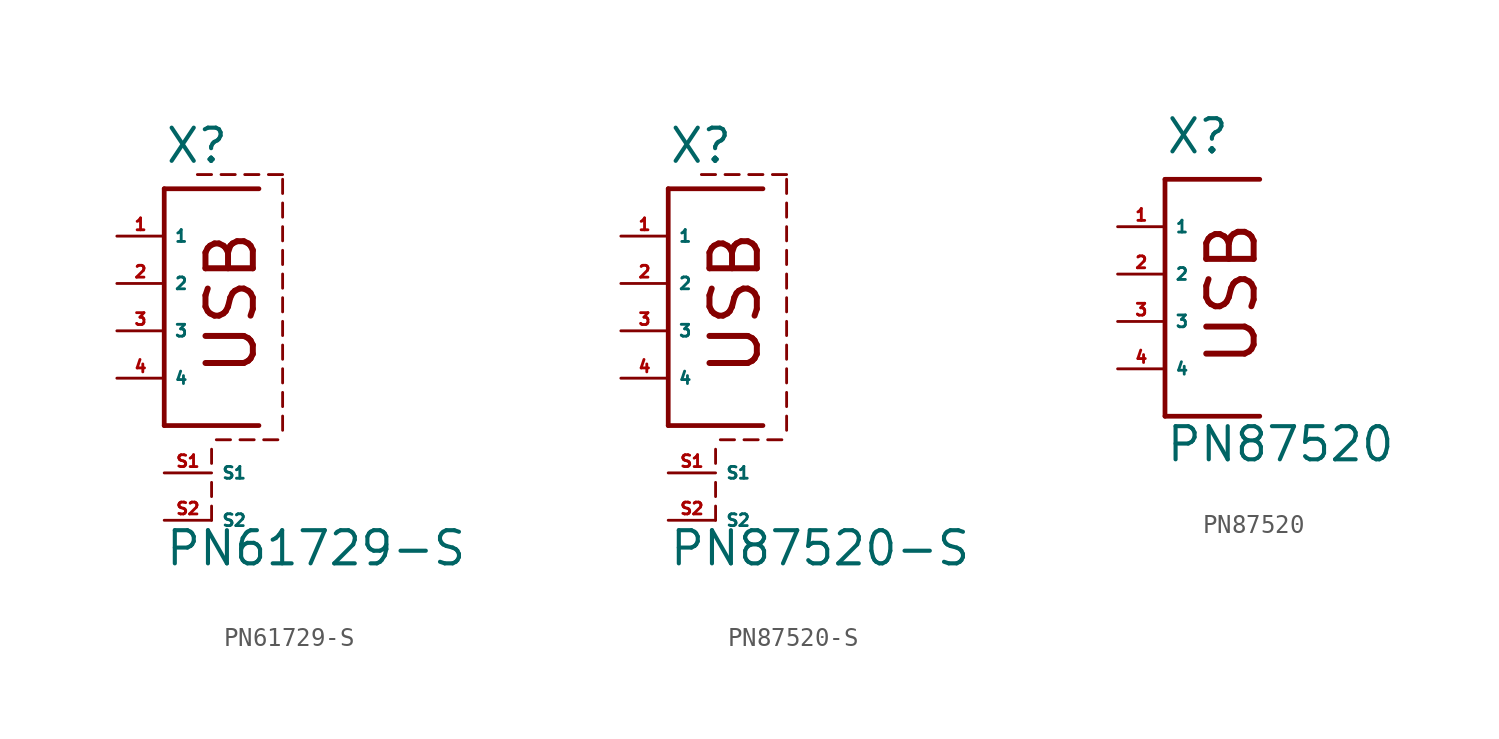
<source format=kicad_sym>
(kicad_symbol_lib
  (version 20220914)
  (generator Eagle2Kicad)
  (symbol "PN61729-S"
    (property "Reference" "X"
      (at 0 8.89 0)
      (effects (font (size 1.778 1.778) (thickness 0.22)) (justify left bottom)))
    (property "Value" "PN61729-S"
      (at 0 -12.7 0)
      (effects (font (size 1.778 1.778) (thickness 0.22)) (justify left bottom)))
    (polyline
      (pts (xy 0 7.62) (xy 0 -5.08))
      (stroke (width 0.254) (type default))
      (fill (type none)))
    (polyline
      (pts (xy 0 -5.08) (xy 5.08 -5.08))
      (stroke (width 0.254) (type default))
      (fill (type none)))
    (polyline
      (pts (xy 0 7.62) (xy 5.08 7.62))
      (stroke (width 0.254) (type default))
      (fill (type none)))
    (polyline
      (pts (xy 2.54 -10.16) (xy 2.54 -9.398))
      (stroke (width 0.152) (type default))
      (fill (type none)))
    (polyline
      (pts (xy 2.54 -8.89) (xy 2.54 -8.128))
      (stroke (width 0.152) (type default))
      (fill (type none)))
    (polyline
      (pts (xy 6.35 -5.334) (xy 6.35 -4.572))
      (stroke (width 0.152) (type default))
      (fill (type none)))
    (polyline
      (pts (xy 6.35 -4.064) (xy 6.35 -3.302))
      (stroke (width 0.152) (type default))
      (fill (type none)))
    (polyline
      (pts (xy 6.35 -2.794) (xy 6.35 -2.032))
      (stroke (width 0.152) (type default))
      (fill (type none)))
    (polyline
      (pts (xy 6.35 -1.524) (xy 6.35 -0.762))
      (stroke (width 0.152) (type default))
      (fill (type none)))
    (polyline
      (pts (xy 6.35 -0.254) (xy 6.35 0.508))
      (stroke (width 0.152) (type default))
      (fill (type none)))
    (polyline
      (pts (xy 6.35 1.016) (xy 6.35 1.778))
      (stroke (width 0.152) (type default))
      (fill (type none)))
    (polyline
      (pts (xy 6.35 2.286) (xy 6.35 3.048))
      (stroke (width 0.152) (type default))
      (fill (type none)))
    (polyline
      (pts (xy 6.35 3.556) (xy 6.35 4.318))
      (stroke (width 0.152) (type default))
      (fill (type none)))
    (polyline
      (pts (xy 6.35 4.826) (xy 6.35 5.588))
      (stroke (width 0.152) (type default))
      (fill (type none)))
    (polyline
      (pts (xy 6.35 6.096) (xy 6.35 6.858))
      (stroke (width 0.152) (type default))
      (fill (type none)))
    (polyline
      (pts (xy 6.35 7.366) (xy 6.35 8.128))
      (stroke (width 0.152) (type default))
      (fill (type none)))
    (polyline
      (pts (xy 6.35 8.382) (xy 5.588 8.382))
      (stroke (width 0.152) (type default))
      (fill (type none)))
    (polyline
      (pts (xy 5.08 8.382) (xy 4.318 8.382))
      (stroke (width 0.152) (type default))
      (fill (type none)))
    (polyline
      (pts (xy 3.81 8.382) (xy 3.048 8.382))
      (stroke (width 0.152) (type default))
      (fill (type none)))
    (polyline
      (pts (xy 2.54 8.382) (xy 1.778 8.382))
      (stroke (width 0.152) (type default))
      (fill (type none)))
    (polyline
      (pts (xy 2.54 -7.112) (xy 2.54 -6.35))
      (stroke (width 0.152) (type default))
      (fill (type none)))
    (polyline
      (pts (xy 3.556 -5.842) (xy 2.794 -5.842))
      (stroke (width 0.152) (type default))
      (fill (type none)))
    (polyline
      (pts (xy 4.826 -5.842) (xy 4.064 -5.842))
      (stroke (width 0.152) (type default))
      (fill (type none)))
    (polyline
      (pts (xy 6.096 -5.842) (xy 5.334 -5.842))
      (stroke (width 0.152) (type default))
      (fill (type none)))
    (text "USB"
      (at 5.08 -2.54 900)
      (effects (font (size 2.54 2.54) (thickness 0.32)) (justify left bottom)))
    (pin passive line
      (at -2.54 5.08 0)
      (length 2.54)
      (name "1" (effects (font (size 0.635 0.635) (thickness 0.08)) (justify left bottom)))
      (number "1" (effects (font (size 0.635 0.635) (thickness 0.08)) (justify left bottom))))
    (pin passive line
      (at -2.54 2.54 0)
      (length 2.54)
      (name "2" (effects (font (size 0.635 0.635) (thickness 0.08)) (justify left bottom)))
      (number "2" (effects (font (size 0.635 0.635) (thickness 0.08)) (justify left bottom))))
    (pin passive line
      (at -2.54 0 0)
      (length 2.54)
      (name "3" (effects (font (size 0.635 0.635) (thickness 0.08)) (justify left bottom)))
      (number "3" (effects (font (size 0.635 0.635) (thickness 0.08)) (justify left bottom))))
    (pin passive line
      (at -2.54 -2.54 0)
      (length 2.54)
      (name "4" (effects (font (size 0.635 0.635) (thickness 0.08)) (justify left bottom)))
      (number "4" (effects (font (size 0.635 0.635) (thickness 0.08)) (justify left bottom))))
    (pin passive line
      (at 0 -7.62 0)
      (length 2.54)
      (name "S1" (effects (font (size 0.635 0.635) (thickness 0.08)) (justify left bottom)))
      (number "S1" (effects (font (size 0.635 0.635) (thickness 0.08)) (justify left bottom))))
    (pin passive line
      (at 0 -10.16 0)
      (length 2.54)
      (name "S2" (effects (font (size 0.635 0.635) (thickness 0.08)) (justify left bottom)))
      (number "S2" (effects (font (size 0.635 0.635) (thickness 0.08)) (justify left bottom)))))
  (symbol "PN87520-S"
    (property "Reference" "X"
      (at 0 8.89 0)
      (effects (font (size 1.778 1.778) (thickness 0.22)) (justify left bottom)))
    (property "Value" "PN87520-S"
      (at 0 -12.7 0)
      (effects (font (size 1.778 1.778) (thickness 0.22)) (justify left bottom)))
    (polyline
      (pts (xy 0 7.62) (xy 0 -5.08))
      (stroke (width 0.254) (type default))
      (fill (type none)))
    (polyline
      (pts (xy 0 -5.08) (xy 5.08 -5.08))
      (stroke (width 0.254) (type default))
      (fill (type none)))
    (polyline
      (pts (xy 0 7.62) (xy 5.08 7.62))
      (stroke (width 0.254) (type default))
      (fill (type none)))
    (polyline
      (pts (xy 2.54 -10.16) (xy 2.54 -9.398))
      (stroke (width 0.152) (type default))
      (fill (type none)))
    (polyline
      (pts (xy 2.54 -8.89) (xy 2.54 -8.128))
      (stroke (width 0.152) (type default))
      (fill (type none)))
    (polyline
      (pts (xy 6.35 -5.334) (xy 6.35 -4.572))
      (stroke (width 0.152) (type default))
      (fill (type none)))
    (polyline
      (pts (xy 6.35 -4.064) (xy 6.35 -3.302))
      (stroke (width 0.152) (type default))
      (fill (type none)))
    (polyline
      (pts (xy 6.35 -2.794) (xy 6.35 -2.032))
      (stroke (width 0.152) (type default))
      (fill (type none)))
    (polyline
      (pts (xy 6.35 -1.524) (xy 6.35 -0.762))
      (stroke (width 0.152) (type default))
      (fill (type none)))
    (polyline
      (pts (xy 6.35 -0.254) (xy 6.35 0.508))
      (stroke (width 0.152) (type default))
      (fill (type none)))
    (polyline
      (pts (xy 6.35 1.016) (xy 6.35 1.778))
      (stroke (width 0.152) (type default))
      (fill (type none)))
    (polyline
      (pts (xy 6.35 2.286) (xy 6.35 3.048))
      (stroke (width 0.152) (type default))
      (fill (type none)))
    (polyline
      (pts (xy 6.35 3.556) (xy 6.35 4.318))
      (stroke (width 0.152) (type default))
      (fill (type none)))
    (polyline
      (pts (xy 6.35 4.826) (xy 6.35 5.588))
      (stroke (width 0.152) (type default))
      (fill (type none)))
    (polyline
      (pts (xy 6.35 6.096) (xy 6.35 6.858))
      (stroke (width 0.152) (type default))
      (fill (type none)))
    (polyline
      (pts (xy 6.35 7.366) (xy 6.35 8.128))
      (stroke (width 0.152) (type default))
      (fill (type none)))
    (polyline
      (pts (xy 6.35 8.382) (xy 5.588 8.382))
      (stroke (width 0.152) (type default))
      (fill (type none)))
    (polyline
      (pts (xy 5.08 8.382) (xy 4.318 8.382))
      (stroke (width 0.152) (type default))
      (fill (type none)))
    (polyline
      (pts (xy 3.81 8.382) (xy 3.048 8.382))
      (stroke (width 0.152) (type default))
      (fill (type none)))
    (polyline
      (pts (xy 2.54 8.382) (xy 1.778 8.382))
      (stroke (width 0.152) (type default))
      (fill (type none)))
    (polyline
      (pts (xy 2.54 -7.112) (xy 2.54 -6.35))
      (stroke (width 0.152) (type default))
      (fill (type none)))
    (polyline
      (pts (xy 3.556 -5.842) (xy 2.794 -5.842))
      (stroke (width 0.152) (type default))
      (fill (type none)))
    (polyline
      (pts (xy 4.826 -5.842) (xy 4.064 -5.842))
      (stroke (width 0.152) (type default))
      (fill (type none)))
    (polyline
      (pts (xy 6.096 -5.842) (xy 5.334 -5.842))
      (stroke (width 0.152) (type default))
      (fill (type none)))
    (text "USB"
      (at 5.08 -2.54 900)
      (effects (font (size 2.54 2.54) (thickness 0.32)) (justify left bottom)))
    (pin passive line
      (at -2.54 5.08 0)
      (length 2.54)
      (name "1" (effects (font (size 0.635 0.635) (thickness 0.08)) (justify left bottom)))
      (number "1" (effects (font (size 0.635 0.635) (thickness 0.08)) (justify left bottom))))
    (pin passive line
      (at -2.54 2.54 0)
      (length 2.54)
      (name "2" (effects (font (size 0.635 0.635) (thickness 0.08)) (justify left bottom)))
      (number "2" (effects (font (size 0.635 0.635) (thickness 0.08)) (justify left bottom))))
    (pin passive line
      (at -2.54 0 0)
      (length 2.54)
      (name "3" (effects (font (size 0.635 0.635) (thickness 0.08)) (justify left bottom)))
      (number "3" (effects (font (size 0.635 0.635) (thickness 0.08)) (justify left bottom))))
    (pin passive line
      (at -2.54 -2.54 0)
      (length 2.54)
      (name "4" (effects (font (size 0.635 0.635) (thickness 0.08)) (justify left bottom)))
      (number "4" (effects (font (size 0.635 0.635) (thickness 0.08)) (justify left bottom))))
    (pin passive line
      (at 0 -7.62 0)
      (length 2.54)
      (name "S1" (effects (font (size 0.635 0.635) (thickness 0.08)) (justify left bottom)))
      (number "S1" (effects (font (size 0.635 0.635) (thickness 0.08)) (justify left bottom))))
    (pin passive line
      (at 0 -10.16 0)
      (length 2.54)
      (name "S2" (effects (font (size 0.635 0.635) (thickness 0.08)) (justify left bottom)))
      (number "S2" (effects (font (size 0.635 0.635) (thickness 0.08)) (justify left bottom)))))
  (symbol "PN87520"
    (property "Reference" "X"
      (at 0 8.89 0)
      (effects (font (size 1.778 1.778) (thickness 0.22)) (justify left bottom)))
    (property "Value" "PN87520"
      (at 0 -7.62 0)
      (effects (font (size 1.778 1.778) (thickness 0.22)) (justify left bottom)))
    (polyline
      (pts (xy 0 7.62) (xy 0 -5.08))
      (stroke (width 0.254) (type default))
      (fill (type none)))
    (polyline
      (pts (xy 0 -5.08) (xy 5.08 -5.08))
      (stroke (width 0.254) (type default))
      (fill (type none)))
    (polyline
      (pts (xy 0 7.62) (xy 5.08 7.62))
      (stroke (width 0.254) (type default))
      (fill (type none)))
    (text "USB"
      (at 5.08 -2.54 900)
      (effects (font (size 2.54 2.54) (thickness 0.32)) (justify left bottom)))
    (pin passive line
      (at -2.54 5.08 0)
      (length 2.54)
      (name "1" (effects (font (size 0.635 0.635) (thickness 0.08)) (justify left bottom)))
      (number "1" (effects (font (size 0.635 0.635) (thickness 0.08)) (justify left bottom))))
    (pin passive line
      (at -2.54 2.54 0)
      (length 2.54)
      (name "2" (effects (font (size 0.635 0.635) (thickness 0.08)) (justify left bottom)))
      (number "2" (effects (font (size 0.635 0.635) (thickness 0.08)) (justify left bottom))))
    (pin passive line
      (at -2.54 0 0)
      (length 2.54)
      (name "3" (effects (font (size 0.635 0.635) (thickness 0.08)) (justify left bottom)))
      (number "3" (effects (font (size 0.635 0.635) (thickness 0.08)) (justify left bottom))))
    (pin passive line
      (at -2.54 -2.54 0)
      (length 2.54)
      (name "4" (effects (font (size 0.635 0.635) (thickness 0.08)) (justify left bottom)))
      (number "4" (effects (font (size 0.635 0.635) (thickness 0.08)) (justify left bottom))))))
</source>
